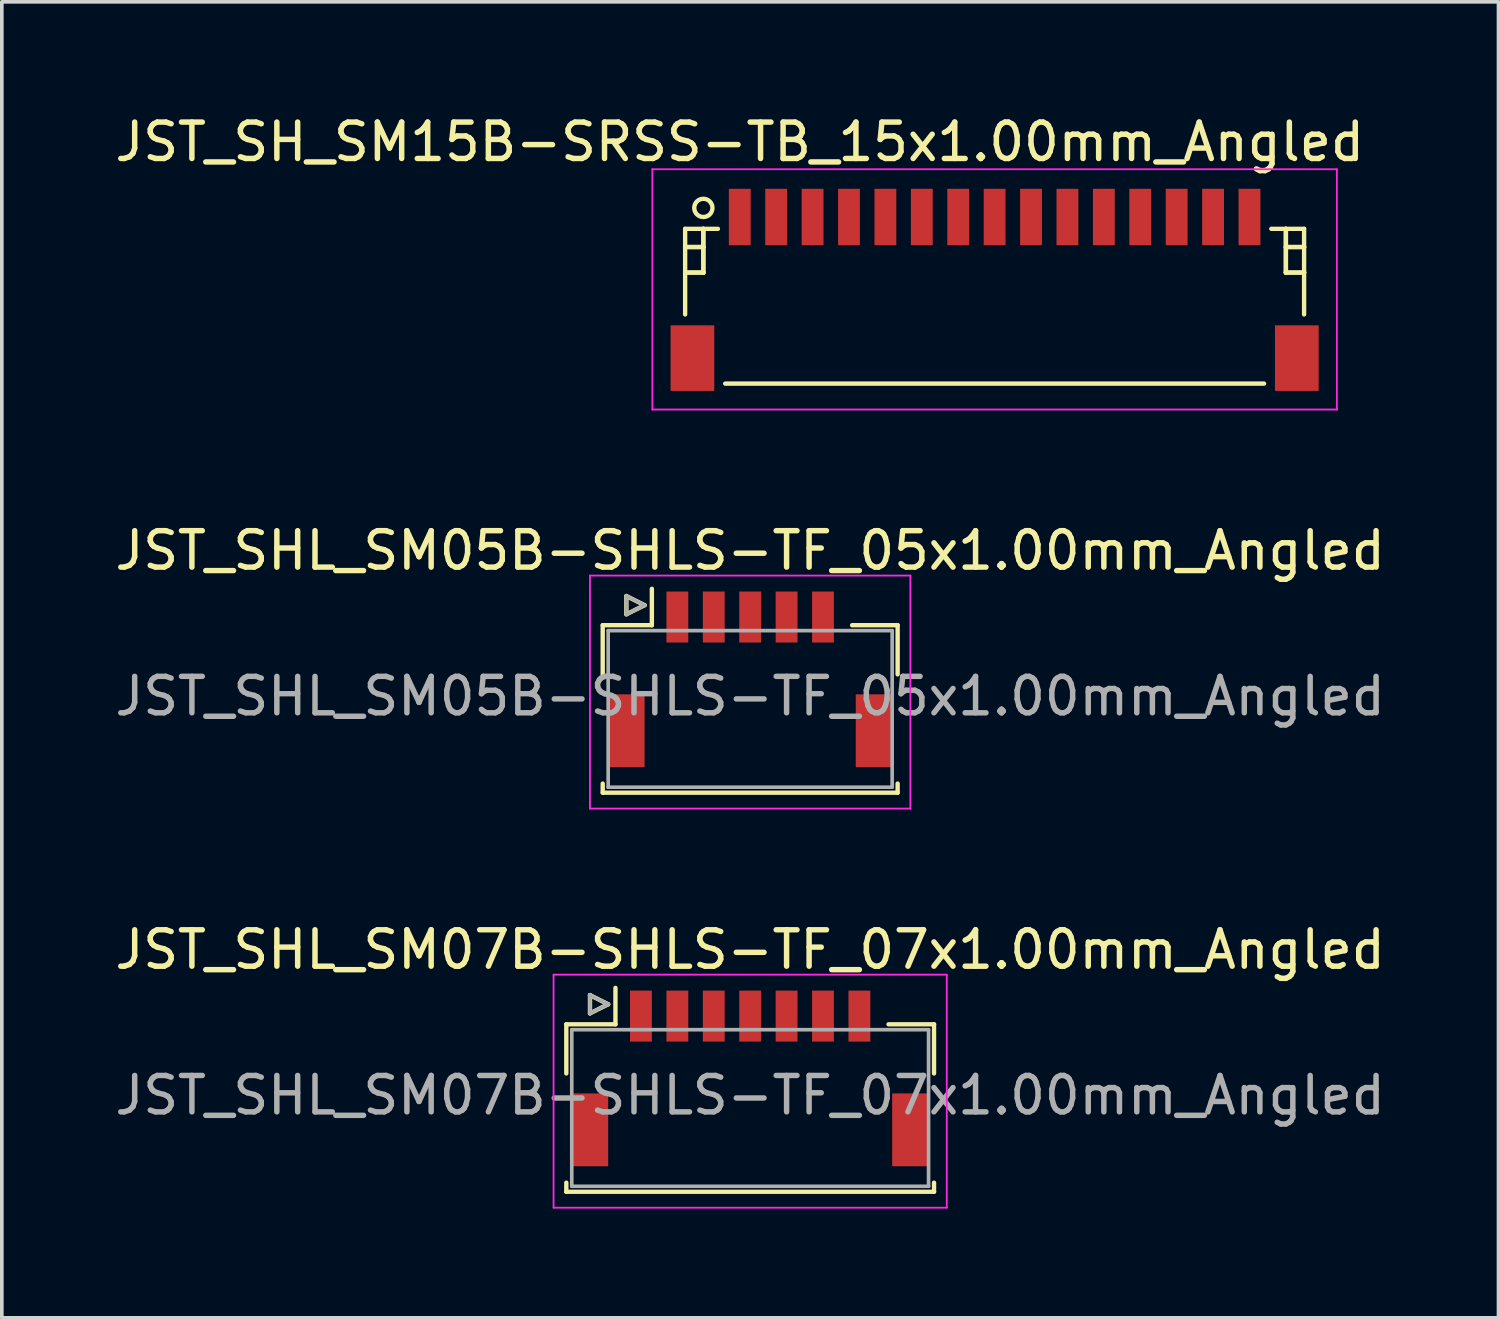
<source format=kicad_pcb>
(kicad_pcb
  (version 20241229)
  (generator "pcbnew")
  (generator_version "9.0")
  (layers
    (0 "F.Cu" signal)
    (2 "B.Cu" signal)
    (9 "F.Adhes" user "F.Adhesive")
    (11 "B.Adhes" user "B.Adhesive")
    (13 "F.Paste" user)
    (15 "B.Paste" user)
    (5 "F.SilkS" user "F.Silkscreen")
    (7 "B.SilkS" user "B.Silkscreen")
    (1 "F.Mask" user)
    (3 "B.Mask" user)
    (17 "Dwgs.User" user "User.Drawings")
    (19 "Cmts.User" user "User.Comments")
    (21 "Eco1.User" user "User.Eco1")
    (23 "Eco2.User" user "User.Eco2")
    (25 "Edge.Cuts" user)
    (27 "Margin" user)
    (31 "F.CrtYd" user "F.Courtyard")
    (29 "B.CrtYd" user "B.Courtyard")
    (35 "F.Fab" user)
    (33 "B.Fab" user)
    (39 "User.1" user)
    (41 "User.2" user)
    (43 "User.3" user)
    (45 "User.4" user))
  (footprint "JST_SHL_SM07B-SHLS-TF_07x1.00mm_Angled"
    (layer "F.Cu")
    (at 17.554 26.42)
    (property "Reference" "JST_SHL_SM07B-SHLS-TF_07x1.00mm_Angled" (at 0 -3.388 0) (layer "F.SilkS") (effects (font (size 1 1) (thickness 0.15))))
    (attr smd)
    (fp_line (start -5.05 -1.337) (end -3.7 -1.337) (stroke (width 0.12) (type solid)) (layer "F.SilkS"))
    (fp_line (start -5.05 0.013) (end -5.05 -1.337) (stroke (width 0.12) (type solid)) (layer "F.SilkS"))
    (fp_line (start -5.05 3.013) (end -5.05 3.263) (stroke (width 0.12) (type solid)) (layer "F.SilkS"))
    (fp_line (start -5.05 3.263) (end 5.05 3.263) (stroke (width 0.12) (type solid)) (layer "F.SilkS"))
    (fp_line (start -4.4 -2.138) (end -4.4 -1.637) (stroke (width 0.12) (type solid)) (layer "F.SilkS"))
    (fp_line (start -4.4 -1.637) (end -3.9 -1.887) (stroke (width 0.12) (type solid)) (layer "F.SilkS"))
    (fp_line (start -3.9 -1.887) (end -4.4 -2.138) (stroke (width 0.12) (type solid)) (layer "F.SilkS"))
    (fp_line (start -3.7 -1.337) (end -3.7 -2.337) (stroke (width 0.12) (type solid)) (layer "F.SilkS"))
    (fp_line (start 5.05 -1.337) (end 3.8 -1.337) (stroke (width 0.12) (type solid)) (layer "F.SilkS"))
    (fp_line (start 5.05 0.013) (end 5.05 -1.337) (stroke (width 0.12) (type solid)) (layer "F.SilkS"))
    (fp_line (start 5.05 3.263) (end 5.05 3.013) (stroke (width 0.12) (type solid)) (layer "F.SilkS"))
    (fp_line (start -5.4 -2.7) (end -5.4 3.7) (stroke (width 0.05) (type solid)) (layer "F.CrtYd"))
    (fp_line (start -5.4 3.7) (end 5.4 3.7) (stroke (width 0.05) (type solid)) (layer "F.CrtYd"))
    (fp_line (start 5.4 -2.7) (end -5.4 -2.7) (stroke (width 0.05) (type solid)) (layer "F.CrtYd"))
    (fp_line (start 5.4 3.7) (end 5.4 -2.7) (stroke (width 0.05) (type solid)) (layer "F.CrtYd"))
    (fp_line (start -4.9 -1.188) (end -4.9 3.112) (stroke (width 0.1) (type solid)) (layer "F.Fab"))
    (fp_line (start -4.9 3.112) (end 4.9 3.112) (stroke (width 0.1) (type solid)) (layer "F.Fab"))
    (fp_line (start -4.4 -2.138) (end -4.4 -1.637) (stroke (width 0.1) (type solid)) (layer "F.Fab"))
    (fp_line (start -4.4 -1.637) (end -3.9 -1.887) (stroke (width 0.1) (type solid)) (layer "F.Fab"))
    (fp_line (start -3.9 -1.887) (end -4.4 -2.138) (stroke (width 0.1) (type solid)) (layer "F.Fab"))
    (fp_line (start 4.9 -1.188) (end -4.9 -1.188) (stroke (width 0.1) (type solid)) (layer "F.Fab"))
    (fp_line (start 4.9 3.112) (end 4.9 -1.188) (stroke (width 0.1) (type solid)) (layer "F.Fab"))
    (fp_text user "${REFERENCE}" (at 0 0.613 0) (layer "F.Fab") (effects (font (size 1 1) (thickness 0.15))))
    (pad "" smd rect (at -4.4 1.562) (size 1 2) (layers "F.Cu" "F.Mask" "F.Paste"))
    (pad "" smd rect (at 4.4 1.562) (size 1 2) (layers "F.Cu" "F.Mask" "F.Paste"))
    (pad "1" smd rect (at -3 -1.562) (size 0.6 1.4) (layers "F.Cu" "F.Mask" "F.Paste"))
    (pad "2" smd rect (at -2 -1.562) (size 0.6 1.4) (layers "F.Cu" "F.Mask" "F.Paste"))
    (pad "3" smd rect (at -1 -1.562) (size 0.6 1.4) (layers "F.Cu" "F.Mask" "F.Paste"))
    (pad "4" smd rect (at 0 -1.562) (size 0.6 1.4) (layers "F.Cu" "F.Mask" "F.Paste"))
    (pad "5" smd rect (at 1 -1.562) (size 0.6 1.4) (layers "F.Cu" "F.Mask" "F.Paste"))
    (pad "6" smd rect (at 2 -1.562) (size 0.6 1.4) (layers "F.Cu" "F.Mask" "F.Paste"))
    (pad "7" smd rect (at 3 -1.562) (size 0.6 1.4) (layers "F.Cu" "F.Mask" "F.Paste")))
  (footprint "JST_SHL_SM05B-SHLS-TF_05x1.00mm_Angled"
    (layer "F.Cu")
    (at 17.554 15.459)
    (property "Reference" "JST_SHL_SM05B-SHLS-TF_05x1.00mm_Angled" (at 0 -3.388 0) (layer "F.SilkS") (effects (font (size 1 1) (thickness 0.15))))
    (attr smd)
    (fp_line (start -4.05 -1.337) (end -2.7 -1.337) (stroke (width 0.12) (type solid)) (layer "F.SilkS"))
    (fp_line (start -4.05 0.013) (end -4.05 -1.337) (stroke (width 0.12) (type solid)) (layer "F.SilkS"))
    (fp_line (start -4.05 3.013) (end -4.05 3.263) (stroke (width 0.12) (type solid)) (layer "F.SilkS"))
    (fp_line (start -4.05 3.263) (end 4.05 3.263) (stroke (width 0.12) (type solid)) (layer "F.SilkS"))
    (fp_line (start -3.4 -2.138) (end -3.4 -1.637) (stroke (width 0.12) (type solid)) (layer "F.SilkS"))
    (fp_line (start -3.4 -1.637) (end -2.9 -1.887) (stroke (width 0.12) (type solid)) (layer "F.SilkS"))
    (fp_line (start -2.9 -1.887) (end -3.4 -2.138) (stroke (width 0.12) (type solid)) (layer "F.SilkS"))
    (fp_line (start -2.7 -1.337) (end -2.7 -2.337) (stroke (width 0.12) (type solid)) (layer "F.SilkS"))
    (fp_line (start 4.05 -1.337) (end 2.8 -1.337) (stroke (width 0.12) (type solid)) (layer "F.SilkS"))
    (fp_line (start 4.05 0.013) (end 4.05 -1.337) (stroke (width 0.12) (type solid)) (layer "F.SilkS"))
    (fp_line (start 4.05 3.263) (end 4.05 3.013) (stroke (width 0.12) (type solid)) (layer "F.SilkS"))
    (fp_line (start -4.4 -2.7) (end -4.4 3.7) (stroke (width 0.05) (type solid)) (layer "F.CrtYd"))
    (fp_line (start -4.4 3.7) (end 4.4 3.7) (stroke (width 0.05) (type solid)) (layer "F.CrtYd"))
    (fp_line (start 4.4 -2.7) (end -4.4 -2.7) (stroke (width 0.05) (type solid)) (layer "F.CrtYd"))
    (fp_line (start 4.4 3.7) (end 4.4 -2.7) (stroke (width 0.05) (type solid)) (layer "F.CrtYd"))
    (fp_line (start -3.9 -1.188) (end -3.9 3.112) (stroke (width 0.1) (type solid)) (layer "F.Fab"))
    (fp_line (start -3.9 3.112) (end 3.9 3.112) (stroke (width 0.1) (type solid)) (layer "F.Fab"))
    (fp_line (start -3.4 -2.138) (end -3.4 -1.637) (stroke (width 0.1) (type solid)) (layer "F.Fab"))
    (fp_line (start -3.4 -1.637) (end -2.9 -1.887) (stroke (width 0.1) (type solid)) (layer "F.Fab"))
    (fp_line (start -2.9 -1.887) (end -3.4 -2.138) (stroke (width 0.1) (type solid)) (layer "F.Fab"))
    (fp_line (start 3.9 -1.188) (end -3.9 -1.188) (stroke (width 0.1) (type solid)) (layer "F.Fab"))
    (fp_line (start 3.9 3.112) (end 3.9 -1.188) (stroke (width 0.1) (type solid)) (layer "F.Fab"))
    (fp_text user "${REFERENCE}" (at 0 0.613 0) (layer "F.Fab") (effects (font (size 1 1) (thickness 0.15))))
    (pad "" smd rect (at -3.4 1.562) (size 1 2) (layers "F.Cu" "F.Mask" "F.Paste"))
    (pad "" smd rect (at 3.4 1.562) (size 1 2) (layers "F.Cu" "F.Mask" "F.Paste"))
    (pad "1" smd rect (at -2 -1.562) (size 0.6 1.4) (layers "F.Cu" "F.Mask" "F.Paste"))
    (pad "2" smd rect (at -1 -1.562) (size 0.6 1.4) (layers "F.Cu" "F.Mask" "F.Paste"))
    (pad "3" smd rect (at 0 -1.562) (size 0.6 1.4) (layers "F.Cu" "F.Mask" "F.Paste"))
    (pad "4" smd rect (at 1 -1.562) (size 0.6 1.4) (layers "F.Cu" "F.Mask" "F.Paste"))
    (pad "5" smd rect (at 2 -1.562) (size 0.6 1.4) (layers "F.Cu" "F.Mask" "F.Paste")))
  (footprint "JST_SH_SM15B-SRSS-TB_15x1.00mm_Angled"
    (layer "F.Cu")
    (at 24.268 4.848)
    (property "Reference" "JST_SH_SM15B-SRSS-TB_15x1.00mm_Angled" (at -7 -4 0) (layer "F.SilkS") (effects (font (size 1 1) (thickness 0.15))))
    (attr smd)
    (fp_line (start -8.5 -1.613) (end -7.6 -1.613) (stroke (width 0.12) (type solid)) (layer "F.SilkS"))
    (fp_line (start -8.5 -1.113) (end -8.5 -1.113) (stroke (width 0.12) (type solid)) (layer "F.SilkS"))
    (fp_line (start -8.5 -1.113) (end -8 -1.113) (stroke (width 0.12) (type solid)) (layer "F.SilkS"))
    (fp_line (start -8.5 -0.412) (end -8.5 -0.412) (stroke (width 0.12) (type solid)) (layer "F.SilkS"))
    (fp_line (start -8.5 -0.412) (end -8 -0.412) (stroke (width 0.12) (type solid)) (layer "F.SilkS"))
    (fp_line (start -8.5 0.738) (end -8.5 -1.613) (stroke (width 0.12) (type solid)) (layer "F.SilkS"))
    (fp_line (start -8 -1.613) (end -8 -1.613) (stroke (width 0.12) (type solid)) (layer "F.SilkS"))
    (fp_line (start -8 -1.613) (end -8 -0.412) (stroke (width 0.12) (type solid)) (layer "F.SilkS"))
    (fp_line (start -8 -1.113) (end -8.5 -1.113) (stroke (width 0.12) (type solid)) (layer "F.SilkS"))
    (fp_line (start -8 -1.113) (end -8 -1.113) (stroke (width 0.12) (type solid)) (layer "F.SilkS"))
    (fp_line (start -8 -0.412) (end -8.5 -0.412) (stroke (width 0.12) (type solid)) (layer "F.SilkS"))
    (fp_line (start -8 -0.412) (end -8 -1.613) (stroke (width 0.12) (type solid)) (layer "F.SilkS"))
    (fp_line (start -8 -0.412) (end -8 -0.412) (stroke (width 0.12) (type solid)) (layer "F.SilkS"))
    (fp_line (start -8 -0.412) (end -8 -0.412) (stroke (width 0.12) (type solid)) (layer "F.SilkS"))
    (fp_line (start -7.4 2.638) (end 7.4 2.638) (stroke (width 0.12) (type solid)) (layer "F.SilkS"))
    (fp_line (start 8 -1.613) (end 8 -1.613) (stroke (width 0.12) (type solid)) (layer "F.SilkS"))
    (fp_line (start 8 -1.613) (end 8 -0.412) (stroke (width 0.12) (type solid)) (layer "F.SilkS"))
    (fp_line (start 8 -1.113) (end 8 -1.113) (stroke (width 0.12) (type solid)) (layer "F.SilkS"))
    (fp_line (start 8 -1.113) (end 8.5 -1.113) (stroke (width 0.12) (type solid)) (layer "F.SilkS"))
    (fp_line (start 8 -0.412) (end 8 -1.613) (stroke (width 0.12) (type solid)) (layer "F.SilkS"))
    (fp_line (start 8 -0.412) (end 8 -0.412) (stroke (width 0.12) (type solid)) (layer "F.SilkS"))
    (fp_line (start 8 -0.412) (end 8 -0.412) (stroke (width 0.12) (type solid)) (layer "F.SilkS"))
    (fp_line (start 8 -0.412) (end 8.5 -0.412) (stroke (width 0.12) (type solid)) (layer "F.SilkS"))
    (fp_line (start 8.5 -1.613) (end 7.6 -1.613) (stroke (width 0.12) (type solid)) (layer "F.SilkS"))
    (fp_line (start 8.5 -1.113) (end 8 -1.113) (stroke (width 0.12) (type solid)) (layer "F.SilkS"))
    (fp_line (start 8.5 -1.113) (end 8.5 -1.113) (stroke (width 0.12) (type solid)) (layer "F.SilkS"))
    (fp_line (start 8.5 -0.412) (end 8 -0.412) (stroke (width 0.12) (type solid)) (layer "F.SilkS"))
    (fp_line (start 8.5 -0.412) (end 8.5 -0.412) (stroke (width 0.12) (type solid)) (layer "F.SilkS"))
    (fp_line (start 8.5 0.738) (end 8.5 -1.613) (stroke (width 0.12) (type solid)) (layer "F.SilkS"))
    (fp_circle (center -8 -2.188) (end -7.75 -2.188) (stroke (width 0.12) (type solid)) (fill no) (layer "F.SilkS"))
    (fp_line (start -9.4 -3.25) (end 9.4 -3.25) (stroke (width 0.05) (type solid)) (layer "F.CrtYd"))
    (fp_line (start -9.4 3.35) (end -9.4 -3.25) (stroke (width 0.05) (type solid)) (layer "F.CrtYd"))
    (fp_line (start 9.4 -3.25) (end 9.4 3.35) (stroke (width 0.05) (type solid)) (layer "F.CrtYd"))
    (fp_line (start 9.4 3.35) (end -9.4 3.35) (stroke (width 0.05) (type solid)) (layer "F.CrtYd"))
    (pad "" smd rect (at -8.3 1.938) (size 1.2 1.8) (layers "F.Cu" "F.Mask" "F.Paste"))
    (pad "" smd rect (at 8.3 1.938) (size 1.2 1.8) (layers "F.Cu" "F.Mask" "F.Paste"))
    (pad "1" smd rect (at -7 -1.938) (size 0.6 1.55) (layers "F.Cu" "F.Mask" "F.Paste"))
    (pad "2" smd rect (at -6 -1.938) (size 0.6 1.55) (layers "F.Cu" "F.Mask" "F.Paste"))
    (pad "3" smd rect (at -5 -1.938) (size 0.6 1.55) (layers "F.Cu" "F.Mask" "F.Paste"))
    (pad "4" smd rect (at -4 -1.938) (size 0.6 1.55) (layers "F.Cu" "F.Mask" "F.Paste"))
    (pad "5" smd rect (at -3 -1.938) (size 0.6 1.55) (layers "F.Cu" "F.Mask" "F.Paste"))
    (pad "6" smd rect (at -2 -1.938) (size 0.6 1.55) (layers "F.Cu" "F.Mask" "F.Paste"))
    (pad "7" smd rect (at -1 -1.938) (size 0.6 1.55) (layers "F.Cu" "F.Mask" "F.Paste"))
    (pad "8" smd rect (at 0 -1.938) (size 0.6 1.55) (layers "F.Cu" "F.Mask" "F.Paste"))
    (pad "9" smd rect (at 1 -1.938) (size 0.6 1.55) (layers "F.Cu" "F.Mask" "F.Paste"))
    (pad "10" smd rect (at 2 -1.938) (size 0.6 1.55) (layers "F.Cu" "F.Mask" "F.Paste"))
    (pad "11" smd rect (at 3 -1.938) (size 0.6 1.55) (layers "F.Cu" "F.Mask" "F.Paste"))
    (pad "12" smd rect (at 4 -1.938) (size 0.6 1.55) (layers "F.Cu" "F.Mask" "F.Paste"))
    (pad "13" smd rect (at 5 -1.938) (size 0.6 1.55) (layers "F.Cu" "F.Mask" "F.Paste"))
    (pad "14" smd rect (at 6 -1.938) (size 0.6 1.55) (layers "F.Cu" "F.Mask" "F.Paste"))
    (pad "15" smd rect (at 7 -1.938) (size 0.6 1.55) (layers "F.Cu" "F.Mask" "F.Paste")))
  (gr_rect
    (start -3 -3)
    (end 38.107 33.145)
    (stroke (width 0.1) (type default))
    (fill no)
    (layer "Edge.Cuts")))
</source>
